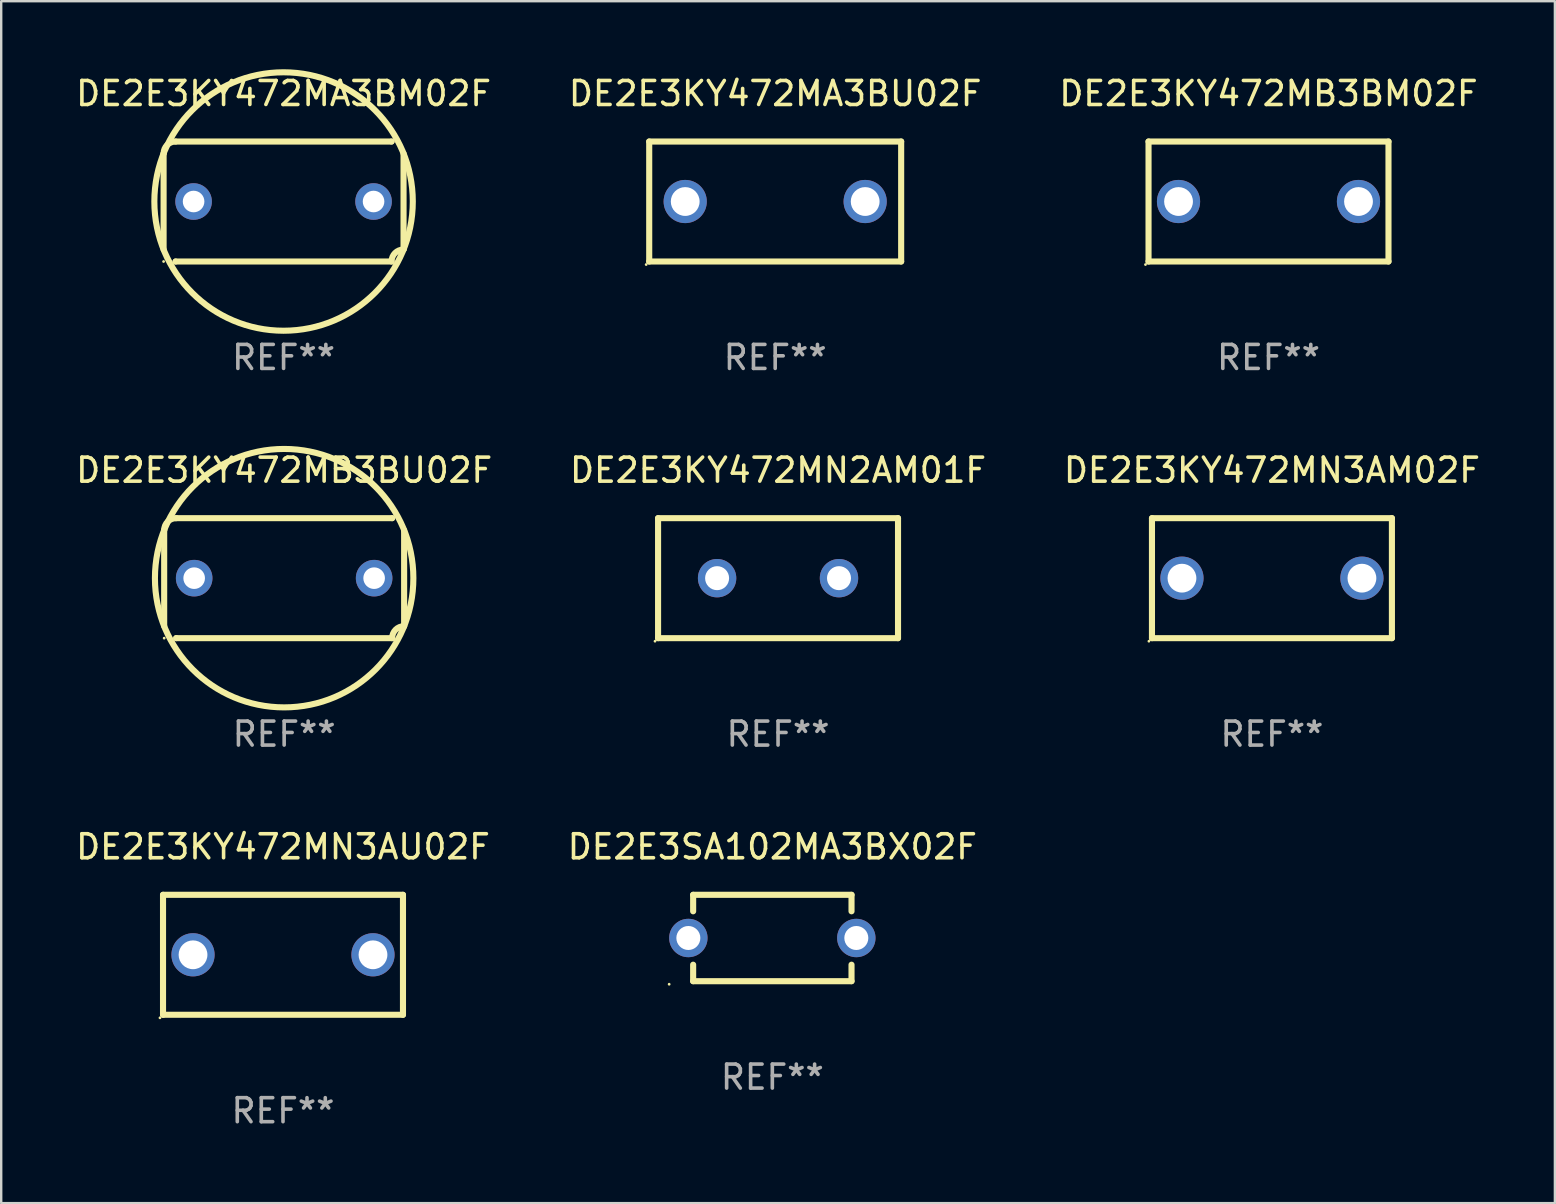
<source format=kicad_pcb>
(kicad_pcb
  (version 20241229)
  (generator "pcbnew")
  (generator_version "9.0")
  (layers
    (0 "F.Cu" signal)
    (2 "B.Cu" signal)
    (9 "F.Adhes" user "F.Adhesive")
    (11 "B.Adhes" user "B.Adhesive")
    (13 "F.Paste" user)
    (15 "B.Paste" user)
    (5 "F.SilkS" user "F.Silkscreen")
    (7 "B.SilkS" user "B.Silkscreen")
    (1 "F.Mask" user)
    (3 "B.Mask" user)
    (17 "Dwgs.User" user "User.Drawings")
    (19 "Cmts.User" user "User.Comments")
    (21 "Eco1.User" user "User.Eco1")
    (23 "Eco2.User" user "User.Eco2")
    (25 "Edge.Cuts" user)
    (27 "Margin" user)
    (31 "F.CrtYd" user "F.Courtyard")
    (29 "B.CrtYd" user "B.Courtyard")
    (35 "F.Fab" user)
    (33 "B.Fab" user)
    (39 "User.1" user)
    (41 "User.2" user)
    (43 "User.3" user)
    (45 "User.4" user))
  (footprint "DE2E3KY472MA3BU02F"
    (layer "F.Cu")
    (at 29.256 5.348)
    (property "Reference" "DE2E3KY472MA3BU02F" (at 0 -4.5 0) (layer "F.SilkS") (effects (font (size 1 1) (thickness 0.15))))
    (attr through_hole)
    (fp_line (start -5.25 -2.5) (end 5.25 -2.5) (stroke (width 0.254) (type solid)) (layer "F.SilkS"))
    (fp_line (start -5.25 2.5) (end -5.25 -2.5) (stroke (width 0.254) (type solid)) (layer "F.SilkS"))
    (fp_line (start 5.25 -2.5) (end 5.25 2.5) (stroke (width 0.254) (type solid)) (layer "F.SilkS"))
    (fp_line (start 5.25 2.5) (end -5.25 2.5) (stroke (width 0.254) (type solid)) (layer "F.SilkS"))
    (fp_circle (center -5.377 2.627) (end -5.347 2.627) (stroke (width 0.06) (type solid)) (fill no) (layer "F.SilkS"))
    (fp_text user "REF**" (at 0 6.5 0) (layer "F.Fab") (effects (font (size 1 1) (thickness 0.15))))
    (pad "1" thru_hole circle (at -3.75 0) (size 1.8 1.8) (drill 1.2) (layers "*.Cu" "*.Mask"))
    (pad "2" thru_hole circle (at 3.75 0) (size 1.8 1.8) (drill 1.2) (layers "*.Cu" "*.Mask")))
  (footprint "DE2E3KY472MB3BU02F"
    (layer "F.Cu")
    (at 8.792 21.045)
    (property "Reference" "DE2E3KY472MB3BU02F" (at 0 -4.5 0) (layer "F.SilkS") (effects (font (size 1 1) (thickness 0.15))))
    (attr through_hole)
    (fp_line (start -5 2) (end -5 -2) (stroke (width 0.254) (type solid)) (layer "F.SilkS"))
    (fp_line (start -4.5 -2.5) (end 4.5 -2.5) (stroke (width 0.254) (type solid)) (layer "F.SilkS"))
    (fp_line (start -4.5 2.5) (end -4.5 2.5) (stroke (width 0.254) (type solid)) (layer "F.SilkS"))
    (fp_line (start 4.5 -2.5) (end 4.5 -2.5) (stroke (width 0.254) (type solid)) (layer "F.SilkS"))
    (fp_line (start 4.5 2.5) (end -4.5 2.5) (stroke (width 0.254) (type solid)) (layer "F.SilkS"))
    (fp_line (start 5 -2) (end 5 2) (stroke (width 0.254) (type solid)) (layer "F.SilkS"))
    (fp_arc (start -5.000052 -2.000038) (mid -4.8536 -2.353579) (end -4.500051 -2.500013) (stroke (width 0.254001) (type solid)) (layer "F.SilkS"))
    (fp_arc (start -5 2.000013) (mid 4.999978 -1.999991) (end -5 2.000013) (stroke (width 0.254001) (type solid)) (layer "F.SilkS"))
    (fp_arc (start 4.500051 2.499987) (mid 4.646507 2.14645) (end 5.000052 2.000013) (stroke (width 0.254001) (type solid)) (layer "F.SilkS"))
    (fp_circle (center -5 2.5) (end -4.97 2.5) (stroke (width 0.06) (type solid)) (fill no) (layer "F.SilkS"))
    (fp_text user "REF**" (at 0 6.5 0) (layer "F.Fab") (effects (font (size 1 1) (thickness 0.15))))
    (pad "1" thru_hole circle (at -3.75 -0.000013) (size 1.524 1.524) (drill 0.9) (layers "*.Cu" "*.Mask"))
    (pad "2" thru_hole circle (at 3.75 -0.000013) (size 1.524 1.524) (drill 0.9) (layers "*.Cu" "*.Mask")))
  (footprint "DE2E3KY472MN2AM01F"
    (layer "F.Cu")
    (at 29.375 21.045)
    (property "Reference" "DE2E3KY472MN2AM01F" (at 0 -4.5 0) (layer "F.SilkS") (effects (font (size 1 1) (thickness 0.15))))
    (attr through_hole)
    (fp_line (start -5 -2.5) (end -5 2.5) (stroke (width 0.254) (type solid)) (layer "F.SilkS"))
    (fp_line (start -5 -2.5) (end 5 -2.5) (stroke (width 0.254) (type solid)) (layer "F.SilkS"))
    (fp_line (start -5 2.5) (end 5 2.5) (stroke (width 0.254) (type solid)) (layer "F.SilkS"))
    (fp_line (start 5 -2.5) (end 5 2.5) (stroke (width 0.254) (type solid)) (layer "F.SilkS"))
    (fp_circle (center -5.127 2.627) (end -5.097 2.627) (stroke (width 0.06) (type solid)) (fill no) (layer "F.SilkS"))
    (fp_text user "REF**" (at 0 6.5 0) (layer "F.Fab") (effects (font (size 1 1) (thickness 0.15))))
    (pad "1" thru_hole circle (at -2.54 0) (size 1.6 1.6) (drill 1) (layers "*.Cu" "*.Mask"))
    (pad "2" thru_hole circle (at 2.54 0) (size 1.6 1.6) (drill 1) (layers "*.Cu" "*.Mask")))
  (footprint "DE2E3KY472MN3AU02F"
    (layer "F.Cu")
    (at 8.744 36.741)
    (property "Reference" "DE2E3KY472MN3AU02F" (at 0 -4.5 0) (layer "F.SilkS") (effects (font (size 1 1) (thickness 0.15))))
    (attr through_hole)
    (fp_line (start -5 -2.5) (end 5 -2.5) (stroke (width 0.254) (type solid)) (layer "F.SilkS"))
    (fp_line (start -5 2.5) (end -5 -2.5) (stroke (width 0.254) (type solid)) (layer "F.SilkS"))
    (fp_line (start 5 -2.5) (end 5 2.5) (stroke (width 0.254) (type solid)) (layer "F.SilkS"))
    (fp_line (start 5 2.5) (end -5 2.5) (stroke (width 0.254) (type solid)) (layer "F.SilkS"))
    (fp_circle (center -5.127 2.627) (end -5.097 2.627) (stroke (width 0.06) (type solid)) (fill no) (layer "F.SilkS"))
    (fp_text user "REF**" (at 0 6.5 0) (layer "F.Fab") (effects (font (size 1 1) (thickness 0.15))))
    (pad "1" thru_hole circle (at -3.75 0) (size 1.8 1.8) (drill 1.2) (layers "*.Cu" "*.Mask"))
    (pad "2" thru_hole circle (at 3.75 0) (size 1.8 1.8) (drill 1.2) (layers "*.Cu" "*.Mask")))
  (footprint "DE2E3KY472MA3BM02F"
    (layer "F.Cu")
    (at 8.768 5.348)
    (property "Reference" "DE2E3KY472MA3BM02F" (at 0 -4.5 0) (layer "F.SilkS") (effects (font (size 1 1) (thickness 0.15))))
    (attr through_hole)
    (fp_line (start -5 2) (end -5 -2) (stroke (width 0.254) (type solid)) (layer "F.SilkS"))
    (fp_line (start -4.5 -2.5) (end 4.5 -2.5) (stroke (width 0.254) (type solid)) (layer "F.SilkS"))
    (fp_line (start -4.5 2.5) (end -4.5 2.5) (stroke (width 0.254) (type solid)) (layer "F.SilkS"))
    (fp_line (start 4.5 -2.5) (end 4.5 -2.5) (stroke (width 0.254) (type solid)) (layer "F.SilkS"))
    (fp_line (start 4.5 2.5) (end -4.5 2.5) (stroke (width 0.254) (type solid)) (layer "F.SilkS"))
    (fp_line (start 5 -2) (end 5 2) (stroke (width 0.254) (type solid)) (layer "F.SilkS"))
    (fp_arc (start -5.000052 -2.000038) (mid -4.8536 -2.353579) (end -4.500051 -2.500013) (stroke (width 0.254001) (type solid)) (layer "F.SilkS"))
    (fp_arc (start -5 2.000013) (mid 4.999978 -1.999991) (end -5 2.000013) (stroke (width 0.254001) (type solid)) (layer "F.SilkS"))
    (fp_arc (start 4.500051 2.499987) (mid 4.646507 2.14645) (end 5.000052 2.000013) (stroke (width 0.254001) (type solid)) (layer "F.SilkS"))
    (fp_circle (center -5 2.5) (end -4.97 2.5) (stroke (width 0.06) (type solid)) (fill no) (layer "F.SilkS"))
    (fp_text user "REF**" (at 0 6.5 0) (layer "F.Fab") (effects (font (size 1 1) (thickness 0.15))))
    (pad "1" thru_hole circle (at -3.75 -0.000013) (size 1.524 1.524) (drill 0.9) (layers "*.Cu" "*.Mask"))
    (pad "2" thru_hole circle (at 3.75 -0.000013) (size 1.524 1.524) (drill 0.9) (layers "*.Cu" "*.Mask")))
  (footprint "DE2E3KY472MB3BM02F"
    (layer "F.Cu")
    (at 49.815 5.348)
    (property "Reference" "DE2E3KY472MB3BM02F" (at 0 -4.5 0) (layer "F.SilkS") (effects (font (size 1 1) (thickness 0.15))))
    (attr through_hole)
    (fp_line (start -5 -2.5) (end 5 -2.5) (stroke (width 0.254) (type solid)) (layer "F.SilkS"))
    (fp_line (start -5 2.5) (end -5 -2.5) (stroke (width 0.254) (type solid)) (layer "F.SilkS"))
    (fp_line (start 5 -2.5) (end 5 2.5) (stroke (width 0.254) (type solid)) (layer "F.SilkS"))
    (fp_line (start 5 2.5) (end -5 2.5) (stroke (width 0.254) (type solid)) (layer "F.SilkS"))
    (fp_circle (center -5.127 2.627) (end -5.097 2.627) (stroke (width 0.06) (type solid)) (fill no) (layer "F.SilkS"))
    (fp_text user "REF**" (at 0 6.5 0) (layer "F.Fab") (effects (font (size 1 1) (thickness 0.15))))
    (pad "1" thru_hole circle (at -3.75 0) (size 1.8 1.8) (drill 1.2) (layers "*.Cu" "*.Mask"))
    (pad "2" thru_hole circle (at 3.75 0) (size 1.8 1.8) (drill 1.2) (layers "*.Cu" "*.Mask")))
  (footprint "DE2E3SA102MA3BX02F"
    (layer "F.Cu")
    (at 29.137 36.041)
    (property "Reference" "DE2E3SA102MA3BX02F" (at 0 -3.8 0) (layer "F.SilkS") (effects (font (size 1 1) (thickness 0.15))))
    (attr through_hole)
    (fp_line (start -3.3 -1.8) (end -3.3 -1.113) (stroke (width 0.254) (type solid)) (layer "F.SilkS"))
    (fp_line (start -3.3 -1.8) (end 3.3 -1.8) (stroke (width 0.254) (type solid)) (layer "F.SilkS"))
    (fp_line (start -3.3 1.113) (end -3.3 1.8) (stroke (width 0.254) (type solid)) (layer "F.SilkS"))
    (fp_line (start 3.3 1.8) (end -3.3 1.8) (stroke (width 0.254) (type solid)) (layer "F.SilkS"))
    (fp_line (start 3.3 -1.8) (end 3.3 -1.113) (stroke (width 0.254) (type solid)) (layer "F.SilkS"))
    (fp_line (start 3.3 1.113) (end 3.3 1.8) (stroke (width 0.254) (type solid)) (layer "F.SilkS"))
    (fp_circle (center -4.3 1.927) (end -4.27 1.927) (stroke (width 0.06) (type solid)) (fill no) (layer "F.SilkS"))
    (fp_text user "REF**" (at 0 5.8 0) (layer "F.Fab") (effects (font (size 1 1) (thickness 0.15))))
    (pad "1" thru_hole circle (at -3.5 0) (size 1.6 1.6) (drill 1) (layers "*.Cu" "*.Mask"))
    (pad "2" thru_hole circle (at 3.5 0) (size 1.6 1.6) (drill 1) (layers "*.Cu" "*.Mask")))
  (footprint "DE2E3KY472MN3AM02F"
    (layer "F.Cu")
    (at 49.958 21.045)
    (property "Reference" "DE2E3KY472MN3AM02F" (at 0 -4.5 0) (layer "F.SilkS") (effects (font (size 1 1) (thickness 0.15))))
    (attr through_hole)
    (fp_line (start -5 -2.5) (end 5 -2.5) (stroke (width 0.254) (type solid)) (layer "F.SilkS"))
    (fp_line (start -5 2.5) (end -5 -2.5) (stroke (width 0.254) (type solid)) (layer "F.SilkS"))
    (fp_line (start 5 -2.5) (end 5 2.5) (stroke (width 0.254) (type solid)) (layer "F.SilkS"))
    (fp_line (start 5 2.5) (end -5 2.5) (stroke (width 0.254) (type solid)) (layer "F.SilkS"))
    (fp_circle (center -5.127 2.627) (end -5.097 2.627) (stroke (width 0.06) (type solid)) (fill no) (layer "F.SilkS"))
    (fp_text user "REF**" (at 0 6.5 0) (layer "F.Fab") (effects (font (size 1 1) (thickness 0.15))))
    (pad "1" thru_hole circle (at -3.75 0) (size 1.8 1.8) (drill 1.2) (layers "*.Cu" "*.Mask"))
    (pad "2" thru_hole circle (at 3.75 0) (size 1.8 1.8) (drill 1.2) (layers "*.Cu" "*.Mask")))
  (gr_rect
    (start -3 -3)
    (end 61.75 47.09)
    (stroke (width 0.1) (type default))
    (fill no)
    (layer "Edge.Cuts")))
</source>
